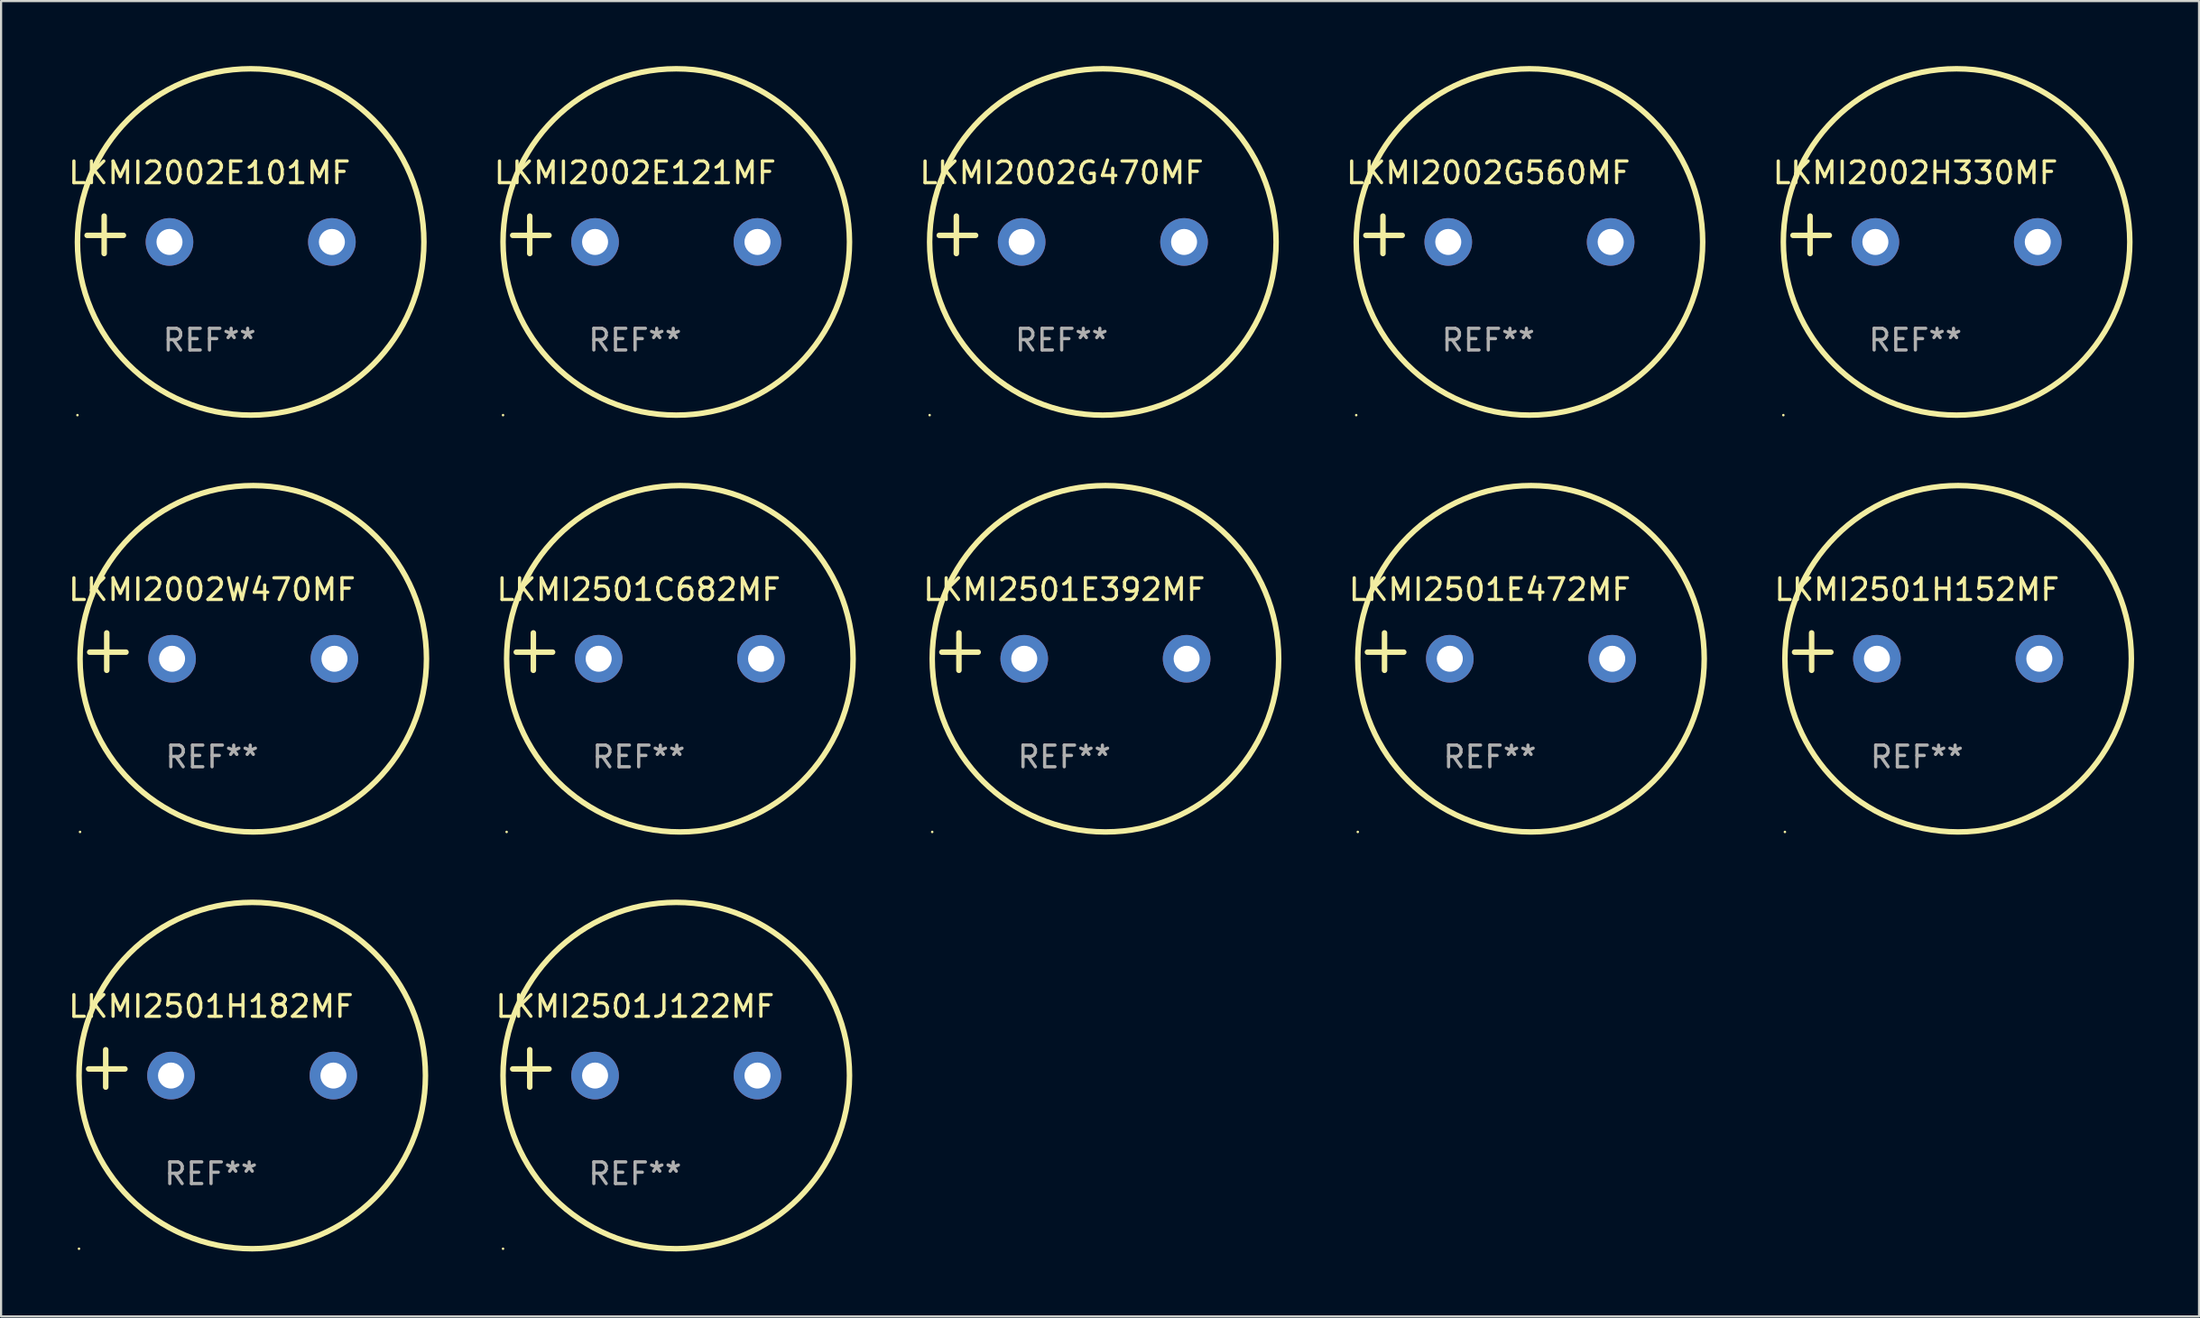
<source format=kicad_pcb>
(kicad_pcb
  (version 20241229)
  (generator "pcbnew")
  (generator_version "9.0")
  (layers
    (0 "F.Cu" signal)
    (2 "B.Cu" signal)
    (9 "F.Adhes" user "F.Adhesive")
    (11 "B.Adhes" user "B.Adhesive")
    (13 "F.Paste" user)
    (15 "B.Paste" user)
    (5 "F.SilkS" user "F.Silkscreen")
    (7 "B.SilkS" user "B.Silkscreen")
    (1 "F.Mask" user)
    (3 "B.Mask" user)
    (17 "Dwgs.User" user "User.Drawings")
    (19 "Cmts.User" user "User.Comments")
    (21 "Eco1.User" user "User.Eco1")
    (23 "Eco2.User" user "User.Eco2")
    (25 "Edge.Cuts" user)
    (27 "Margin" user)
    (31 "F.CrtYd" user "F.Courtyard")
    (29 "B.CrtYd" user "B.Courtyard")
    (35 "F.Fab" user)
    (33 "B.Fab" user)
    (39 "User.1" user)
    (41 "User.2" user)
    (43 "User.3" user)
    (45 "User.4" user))
  (footprint "LKMI2501J122MF"
    (layer "F.Cu")
    (at 26.279 46.305)
    (property "Reference" "LKMI2501J122MF" (at 0 -2.864 0) (layer "F.SilkS") (effects (font (size 1 1) (thickness 0.15))))
    (attr through_hole)
    (fp_line (start -4.864 0.864) (end -4.864 -0.864) (stroke (width 0.254) (type solid)) (layer "F.SilkS"))
    (fp_line (start -3.975 0.025) (end -5.652 0.025) (stroke (width 0.254) (type solid)) (layer "F.SilkS"))
    (fp_circle (center -6.098 8.33) (end -6.068 8.33) (stroke (width 0.06) (type solid)) (fill no) (layer "F.SilkS"))
    (fp_circle (center 1.902 0.33) (end 9.902 0.33) (stroke (width 0.254) (type solid)) (fill no) (layer "F.SilkS"))
    (fp_text user "REF**" (at 0 4.864 0) (layer "F.Fab") (effects (font (size 1 1) (thickness 0.15))))
    (pad "1" thru_hole circle (at -1.848 0.33) (size 2.2 2.2) (drill 1.2) (layers "*.Cu" "*.Mask"))
    (pad "2" thru_hole circle (at 5.652 0.33) (size 2.2 2.2) (drill 1.2) (layers "*.Cu" "*.Mask")))
  (footprint "LKMI2002E101MF"
    (layer "F.Cu")
    (at 6.625 7.797)
    (property "Reference" "LKMI2002E101MF" (at 0 -2.864 0) (layer "F.SilkS") (effects (font (size 1 1) (thickness 0.15))))
    (attr through_hole)
    (fp_line (start -4.864 0.864) (end -4.864 -0.864) (stroke (width 0.254) (type solid)) (layer "F.SilkS"))
    (fp_line (start -3.975 0.025) (end -5.652 0.025) (stroke (width 0.254) (type solid)) (layer "F.SilkS"))
    (fp_circle (center -6.098 8.33) (end -6.068 8.33) (stroke (width 0.06) (type solid)) (fill no) (layer "F.SilkS"))
    (fp_circle (center 1.902 0.33) (end 9.902 0.33) (stroke (width 0.254) (type solid)) (fill no) (layer "F.SilkS"))
    (fp_text user "REF**" (at 0 4.864 0) (layer "F.Fab") (effects (font (size 1 1) (thickness 0.15))))
    (pad "1" thru_hole circle (at -1.848 0.33) (size 2.2 2.2) (drill 1.2) (layers "*.Cu" "*.Mask"))
    (pad "2" thru_hole circle (at 5.652 0.33) (size 2.2 2.2) (drill 1.2) (layers "*.Cu" "*.Mask")))
  (footprint "LKMI2002E121MF"
    (layer "F.Cu")
    (at 26.279 7.797)
    (property "Reference" "LKMI2002E121MF" (at 0 -2.864 0) (layer "F.SilkS") (effects (font (size 1 1) (thickness 0.15))))
    (attr through_hole)
    (fp_line (start -4.864 0.864) (end -4.864 -0.864) (stroke (width 0.254) (type solid)) (layer "F.SilkS"))
    (fp_line (start -3.975 0.025) (end -5.652 0.025) (stroke (width 0.254) (type solid)) (layer "F.SilkS"))
    (fp_circle (center -6.098 8.33) (end -6.068 8.33) (stroke (width 0.06) (type solid)) (fill no) (layer "F.SilkS"))
    (fp_circle (center 1.902 0.33) (end 9.902 0.33) (stroke (width 0.254) (type solid)) (fill no) (layer "F.SilkS"))
    (fp_text user "REF**" (at 0 4.864 0) (layer "F.Fab") (effects (font (size 1 1) (thickness 0.15))))
    (pad "1" thru_hole circle (at -1.848 0.33) (size 2.2 2.2) (drill 1.2) (layers "*.Cu" "*.Mask"))
    (pad "2" thru_hole circle (at 5.652 0.33) (size 2.2 2.2) (drill 1.2) (layers "*.Cu" "*.Mask")))
  (footprint "LKMI2002G470MF"
    (layer "F.Cu")
    (at 45.98 7.797)
    (property "Reference" "LKMI2002G470MF" (at 0 -2.864 0) (layer "F.SilkS") (effects (font (size 1 1) (thickness 0.15))))
    (attr through_hole)
    (fp_line (start -4.864 0.864) (end -4.864 -0.864) (stroke (width 0.254) (type solid)) (layer "F.SilkS"))
    (fp_line (start -3.975 0.025) (end -5.652 0.025) (stroke (width 0.254) (type solid)) (layer "F.SilkS"))
    (fp_circle (center -6.098 8.33) (end -6.068 8.33) (stroke (width 0.06) (type solid)) (fill no) (layer "F.SilkS"))
    (fp_circle (center 1.902 0.33) (end 9.902 0.33) (stroke (width 0.254) (type solid)) (fill no) (layer "F.SilkS"))
    (fp_text user "REF**" (at 0 4.864 0) (layer "F.Fab") (effects (font (size 1 1) (thickness 0.15))))
    (pad "1" thru_hole circle (at -1.848 0.33) (size 2.2 2.2) (drill 1.2) (layers "*.Cu" "*.Mask"))
    (pad "2" thru_hole circle (at 5.652 0.33) (size 2.2 2.2) (drill 1.2) (layers "*.Cu" "*.Mask")))
  (footprint "LKMI2501H152MF"
    (layer "F.Cu")
    (at 85.478 27.051)
    (property "Reference" "LKMI2501H152MF" (at 0 -2.864 0) (layer "F.SilkS") (effects (font (size 1 1) (thickness 0.15))))
    (attr through_hole)
    (fp_line (start -4.864 0.864) (end -4.864 -0.864) (stroke (width 0.254) (type solid)) (layer "F.SilkS"))
    (fp_line (start -3.975 0.025) (end -5.652 0.025) (stroke (width 0.254) (type solid)) (layer "F.SilkS"))
    (fp_circle (center -6.098 8.33) (end -6.068 8.33) (stroke (width 0.06) (type solid)) (fill no) (layer "F.SilkS"))
    (fp_circle (center 1.902 0.33) (end 9.902 0.33) (stroke (width 0.254) (type solid)) (fill no) (layer "F.SilkS"))
    (fp_text user "REF**" (at 0 4.864 0) (layer "F.Fab") (effects (font (size 1 1) (thickness 0.15))))
    (pad "1" thru_hole circle (at -1.848 0.33) (size 2.2 2.2) (drill 1.2) (layers "*.Cu" "*.Mask"))
    (pad "2" thru_hole circle (at 5.652 0.33) (size 2.2 2.2) (drill 1.2) (layers "*.Cu" "*.Mask")))
  (footprint "LKMI2501H182MF"
    (layer "F.Cu")
    (at 6.696 46.305)
    (property "Reference" "LKMI2501H182MF" (at 0 -2.864 0) (layer "F.SilkS") (effects (font (size 1 1) (thickness 0.15))))
    (attr through_hole)
    (fp_line (start -4.864 0.864) (end -4.864 -0.864) (stroke (width 0.254) (type solid)) (layer "F.SilkS"))
    (fp_line (start -3.975 0.025) (end -5.652 0.025) (stroke (width 0.254) (type solid)) (layer "F.SilkS"))
    (fp_circle (center -6.098 8.33) (end -6.068 8.33) (stroke (width 0.06) (type solid)) (fill no) (layer "F.SilkS"))
    (fp_circle (center 1.902 0.33) (end 9.902 0.33) (stroke (width 0.254) (type solid)) (fill no) (layer "F.SilkS"))
    (fp_text user "REF**" (at 0 4.864 0) (layer "F.Fab") (effects (font (size 1 1) (thickness 0.15))))
    (pad "1" thru_hole circle (at -1.848 0.33) (size 2.2 2.2) (drill 1.2) (layers "*.Cu" "*.Mask"))
    (pad "2" thru_hole circle (at 5.652 0.33) (size 2.2 2.2) (drill 1.2) (layers "*.Cu" "*.Mask")))
  (footprint "LKMI2002H330MF"
    (layer "F.Cu")
    (at 85.406 7.797)
    (property "Reference" "LKMI2002H330MF" (at 0 -2.864 0) (layer "F.SilkS") (effects (font (size 1 1) (thickness 0.15))))
    (attr through_hole)
    (fp_line (start -4.864 0.864) (end -4.864 -0.864) (stroke (width 0.254) (type solid)) (layer "F.SilkS"))
    (fp_line (start -3.975 0.025) (end -5.652 0.025) (stroke (width 0.254) (type solid)) (layer "F.SilkS"))
    (fp_circle (center -6.098 8.33) (end -6.068 8.33) (stroke (width 0.06) (type solid)) (fill no) (layer "F.SilkS"))
    (fp_circle (center 1.902 0.33) (end 9.902 0.33) (stroke (width 0.254) (type solid)) (fill no) (layer "F.SilkS"))
    (fp_text user "REF**" (at 0 4.864 0) (layer "F.Fab") (effects (font (size 1 1) (thickness 0.15))))
    (pad "1" thru_hole circle (at -1.848 0.33) (size 2.2 2.2) (drill 1.2) (layers "*.Cu" "*.Mask"))
    (pad "2" thru_hole circle (at 5.652 0.33) (size 2.2 2.2) (drill 1.2) (layers "*.Cu" "*.Mask")))
  (footprint "LKMI2501C682MF"
    (layer "F.Cu")
    (at 26.445 27.051)
    (property "Reference" "LKMI2501C682MF" (at 0 -2.864 0) (layer "F.SilkS") (effects (font (size 1 1) (thickness 0.15))))
    (attr through_hole)
    (fp_line (start -4.864 0.864) (end -4.864 -0.864) (stroke (width 0.254) (type solid)) (layer "F.SilkS"))
    (fp_line (start -3.975 0.025) (end -5.652 0.025) (stroke (width 0.254) (type solid)) (layer "F.SilkS"))
    (fp_circle (center -6.098 8.33) (end -6.068 8.33) (stroke (width 0.06) (type solid)) (fill no) (layer "F.SilkS"))
    (fp_circle (center 1.902 0.33) (end 9.902 0.33) (stroke (width 0.254) (type solid)) (fill no) (layer "F.SilkS"))
    (fp_text user "REF**" (at 0 4.864 0) (layer "F.Fab") (effects (font (size 1 1) (thickness 0.15))))
    (pad "1" thru_hole circle (at -1.848 0.33) (size 2.2 2.2) (drill 1.2) (layers "*.Cu" "*.Mask"))
    (pad "2" thru_hole circle (at 5.652 0.33) (size 2.2 2.2) (drill 1.2) (layers "*.Cu" "*.Mask")))
  (footprint "LKMI2501E472MF"
    (layer "F.Cu")
    (at 65.753 27.051)
    (property "Reference" "LKMI2501E472MF" (at 0 -2.864 0) (layer "F.SilkS") (effects (font (size 1 1) (thickness 0.15))))
    (attr through_hole)
    (fp_line (start -4.864 0.864) (end -4.864 -0.864) (stroke (width 0.254) (type solid)) (layer "F.SilkS"))
    (fp_line (start -3.975 0.025) (end -5.652 0.025) (stroke (width 0.254) (type solid)) (layer "F.SilkS"))
    (fp_circle (center -6.098 8.33) (end -6.068 8.33) (stroke (width 0.06) (type solid)) (fill no) (layer "F.SilkS"))
    (fp_circle (center 1.902 0.33) (end 9.902 0.33) (stroke (width 0.254) (type solid)) (fill no) (layer "F.SilkS"))
    (fp_text user "REF**" (at 0 4.864 0) (layer "F.Fab") (effects (font (size 1 1) (thickness 0.15))))
    (pad "1" thru_hole circle (at -1.848 0.33) (size 2.2 2.2) (drill 1.2) (layers "*.Cu" "*.Mask"))
    (pad "2" thru_hole circle (at 5.652 0.33) (size 2.2 2.2) (drill 1.2) (layers "*.Cu" "*.Mask")))
  (footprint "LKMI2501E392MF"
    (layer "F.Cu")
    (at 46.099 27.051)
    (property "Reference" "LKMI2501E392MF" (at 0 -2.864 0) (layer "F.SilkS") (effects (font (size 1 1) (thickness 0.15))))
    (attr through_hole)
    (fp_line (start -4.864 0.864) (end -4.864 -0.864) (stroke (width 0.254) (type solid)) (layer "F.SilkS"))
    (fp_line (start -3.975 0.025) (end -5.652 0.025) (stroke (width 0.254) (type solid)) (layer "F.SilkS"))
    (fp_circle (center -6.098 8.33) (end -6.068 8.33) (stroke (width 0.06) (type solid)) (fill no) (layer "F.SilkS"))
    (fp_circle (center 1.902 0.33) (end 9.902 0.33) (stroke (width 0.254) (type solid)) (fill no) (layer "F.SilkS"))
    (fp_text user "REF**" (at 0 4.864 0) (layer "F.Fab") (effects (font (size 1 1) (thickness 0.15))))
    (pad "1" thru_hole circle (at -1.848 0.33) (size 2.2 2.2) (drill 1.2) (layers "*.Cu" "*.Mask"))
    (pad "2" thru_hole circle (at 5.652 0.33) (size 2.2 2.2) (drill 1.2) (layers "*.Cu" "*.Mask")))
  (footprint "LKMI2002G560MF"
    (layer "F.Cu")
    (at 65.681 7.797)
    (property "Reference" "LKMI2002G560MF" (at 0 -2.864 0) (layer "F.SilkS") (effects (font (size 1 1) (thickness 0.15))))
    (attr through_hole)
    (fp_line (start -4.864 0.864) (end -4.864 -0.864) (stroke (width 0.254) (type solid)) (layer "F.SilkS"))
    (fp_line (start -3.975 0.025) (end -5.652 0.025) (stroke (width 0.254) (type solid)) (layer "F.SilkS"))
    (fp_circle (center -6.098 8.33) (end -6.068 8.33) (stroke (width 0.06) (type solid)) (fill no) (layer "F.SilkS"))
    (fp_circle (center 1.902 0.33) (end 9.902 0.33) (stroke (width 0.254) (type solid)) (fill no) (layer "F.SilkS"))
    (fp_text user "REF**" (at 0 4.864 0) (layer "F.Fab") (effects (font (size 1 1) (thickness 0.15))))
    (pad "1" thru_hole circle (at -1.848 0.33) (size 2.2 2.2) (drill 1.2) (layers "*.Cu" "*.Mask"))
    (pad "2" thru_hole circle (at 5.652 0.33) (size 2.2 2.2) (drill 1.2) (layers "*.Cu" "*.Mask")))
  (footprint "LKMI2002W470MF"
    (layer "F.Cu")
    (at 6.744 27.051)
    (property "Reference" "LKMI2002W470MF" (at 0 -2.864 0) (layer "F.SilkS") (effects (font (size 1 1) (thickness 0.15))))
    (attr through_hole)
    (fp_line (start -4.864 0.864) (end -4.864 -0.864) (stroke (width 0.254) (type solid)) (layer "F.SilkS"))
    (fp_line (start -3.975 0.025) (end -5.652 0.025) (stroke (width 0.254) (type solid)) (layer "F.SilkS"))
    (fp_circle (center -6.098 8.33) (end -6.068 8.33) (stroke (width 0.06) (type solid)) (fill no) (layer "F.SilkS"))
    (fp_circle (center 1.902 0.33) (end 9.902 0.33) (stroke (width 0.254) (type solid)) (fill no) (layer "F.SilkS"))
    (fp_text user "REF**" (at 0 4.864 0) (layer "F.Fab") (effects (font (size 1 1) (thickness 0.15))))
    (pad "1" thru_hole circle (at -1.848 0.33) (size 2.2 2.2) (drill 1.2) (layers "*.Cu" "*.Mask"))
    (pad "2" thru_hole circle (at 5.652 0.33) (size 2.2 2.2) (drill 1.2) (layers "*.Cu" "*.Mask")))
  (gr_rect
    (start -3 -3)
    (end 98.506 57.762)
    (stroke (width 0.1) (type default))
    (fill no)
    (layer "Edge.Cuts")))
</source>
